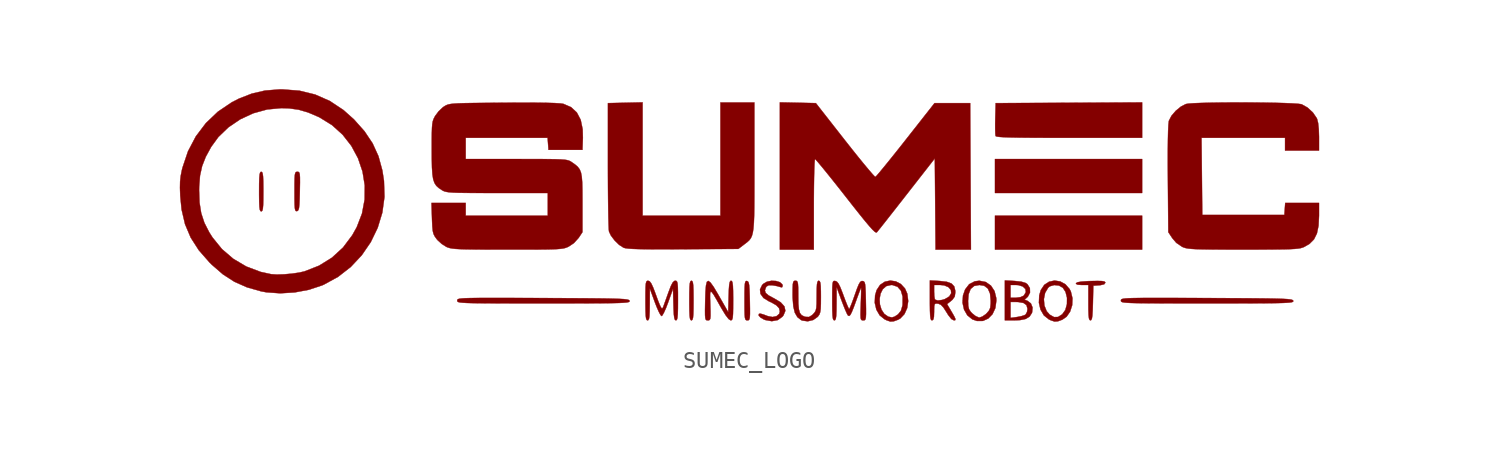
<source format=kicad_sym>
(kicad_symbol_lib
  (version 20241209)
  (generator "kicad_symbol_editor")
  (generator_version "9.0")
  (symbol "SUMEC_LOGO"
    (pin_names
      (offset 1.016))
    (property "Reference" "#G"
      (at 0 10.626 0)
      (effects (font (size 1.27 1.27)) (hide yes)))
    (symbol "SUMEC_LOGO_0_0"
      (polyline (pts (xy -27.793 0.511) (xy -27.747 0.554) (xy -27.717 0.67) (xy -27.698 0.882) (xy -27.689 1.215) (xy -27.686 1.693) (xy -27.686 1.881) (xy -27.691 2.305) (xy -27.703 2.592) (xy -27.726 2.768) (xy -27.762 2.855) (xy -27.813 2.879) (xy -27.833 2.876) (xy -27.878 2.833) (xy -27.909 2.717) (xy -27.928 2.504) (xy -27.938 2.171) (xy -27.94 1.693) (xy -27.94 1.506) (xy -27.935 1.082) (xy -27.923 0.794) (xy -27.9 0.619) (xy -27.864 0.532) (xy -27.813 0.508) (xy -27.793 0.511)) (stroke (width 0.01) (type default)) (fill (type outline)))
      (polyline (pts (xy -25.81 -4.339) (xy -24.959 -4.18) (xy -24.177 -3.921) (xy -24.069 -3.874) (xy -23.215 -3.407) (xy -22.455 -2.815) (xy -21.799 -2.116) (xy -21.259 -1.33) (xy -20.845 -0.473) (xy -20.568 0.435) (xy -20.439 1.377) (xy -20.469 2.335) (xy -20.566 2.96) (xy -20.798 3.808) (xy -21.148 4.577) (xy -21.632 5.301) (xy -22.267 6.014) (xy -22.892 6.571) (xy -23.71 7.114) (xy -24.587 7.5) (xy -25.529 7.73) (xy -26.543 7.808) (xy -26.738 7.806) (xy -27.589 7.737) (xy -28.373 7.556) (xy -29.152 7.252) (xy -29.575 7.035) (xy -30.405 6.474) (xy -31.124 5.79) (xy -31.724 4.997) (xy -32.193 4.106) (xy -32.523 3.127) (xy -32.562 2.971) (xy -32.63 2.628) (xy -32.666 2.3) (xy -32.674 1.924) (xy -32.669 1.778) (xy -31.531 1.778) (xy -31.527 1.999) (xy -31.475 2.65) (xy -31.349 3.22) (xy -31.133 3.772) (xy -30.808 4.368) (xy -30.379 4.957) (xy -29.774 5.539) (xy -29.068 6.018) (xy -28.287 6.379) (xy -27.459 6.607) (xy -26.611 6.687) (xy -26.15 6.673) (xy -25.575 6.593) (xy -25.011 6.429) (xy -24.393 6.165) (xy -24.32 6.129) (xy -23.577 5.67) (xy -22.942 5.096) (xy -22.421 4.429) (xy -22.022 3.688) (xy -21.752 2.892) (xy -21.618 2.063) (xy -21.626 1.218) (xy -21.783 0.38) (xy -22.097 -0.434) (xy -22.365 -0.915) (xy -22.919 -1.653) (xy -23.583 -2.261) (xy -24.351 -2.738) (xy -25.222 -3.08) (xy -25.538 -3.152) (xy -25.979 -3.216) (xy -26.449 -3.257) (xy -26.885 -3.27) (xy -27.22 -3.248) (xy -27.848 -3.112) (xy -28.702 -2.791) (xy -29.48 -2.332) (xy -30.162 -1.748) (xy -30.727 -1.053) (xy -30.921 -0.748) (xy -31.214 -0.176) (xy -31.404 0.402) (xy -31.505 1.036) (xy -31.531 1.778) (xy -32.669 1.778) (xy -32.658 1.442) (xy -32.578 0.622) (xy -32.371 -0.259) (xy -32.031 -1.062) (xy -31.547 -1.816) (xy -30.905 -2.549) (xy -30.769 -2.683) (xy -30.099 -3.263) (xy -29.412 -3.705) (xy -28.664 -4.035) (xy -27.813 -4.276) (xy -27.494 -4.334) (xy -26.673 -4.392) (xy -25.81 -4.339)) (stroke (width 0.01) (type default)) (fill (type outline)))
      (polyline (pts (xy -25.636 0.538) (xy -25.587 0.593) (xy -25.553 0.712) (xy -25.53 0.921) (xy -25.515 1.247) (xy -25.503 1.716) (xy -25.502 1.809) (xy -25.494 2.246) (xy -25.496 2.544) (xy -25.509 2.73) (xy -25.537 2.83) (xy -25.583 2.871) (xy -25.652 2.879) (xy -25.668 2.878) (xy -25.731 2.865) (xy -25.774 2.812) (xy -25.801 2.694) (xy -25.816 2.484) (xy -25.822 2.158) (xy -25.823 1.687) (xy -25.822 1.248) (xy -25.816 0.91) (xy -25.801 0.694) (xy -25.775 0.574) (xy -25.734 0.526) (xy -25.675 0.524) (xy -25.636 0.538)) (stroke (width 0.01) (type default)) (fill (type outline)))
      (polyline (pts (xy -11.942 -1.776) (xy -11.318 -1.774) (xy -10.82 -1.77) (xy -10.432 -1.762) (xy -10.136 -1.75) (xy -9.914 -1.733) (xy -9.748 -1.71) (xy -9.623 -1.681) (xy -9.519 -1.644) (xy -9.419 -1.598) (xy -9.105 -1.389) (xy -8.821 -1.075) (xy -8.594 -0.732) (xy -8.594 1.024) (xy -8.594 1.181) (xy -8.597 1.779) (xy -8.608 2.238) (xy -8.635 2.582) (xy -8.684 2.837) (xy -8.762 3.026) (xy -8.874 3.175) (xy -9.027 3.308) (xy -9.228 3.45) (xy -9.25 3.465) (xy -9.326 3.512) (xy -9.411 3.55) (xy -9.522 3.58) (xy -9.678 3.602) (xy -9.896 3.618) (xy -10.194 3.629) (xy -10.589 3.636) (xy -11.101 3.639) (xy -11.746 3.64) (xy -12.543 3.641) (xy -15.579 3.641) (xy -15.579 4.276) (xy -15.579 4.911) (xy -13.128 4.911) (xy -10.678 4.911) (xy -10.652 4.551) (xy -10.626 4.191) (xy -9.61 4.191) (xy -8.594 4.191) (xy -8.569 4.91) (xy -8.582 5.422) (xy -8.699 5.985) (xy -8.93 6.425) (xy -9.275 6.744) (xy -9.737 6.943) (xy -9.912 6.968) (xy -10.264 6.99) (xy -10.781 7.005) (xy -11.464 7.013) (xy -12.309 7.015) (xy -13.316 7.01) (xy -13.883 7.005) (xy -14.605 6.999) (xy -15.187 6.992) (xy -15.645 6.984) (xy -15.998 6.973) (xy -16.263 6.958) (xy -16.457 6.938) (xy -16.597 6.912) (xy -16.701 6.879) (xy -16.787 6.838) (xy -16.871 6.787) (xy -16.952 6.73) (xy -17.199 6.496) (xy -17.4 6.229) (xy -17.439 6.161) (xy -17.501 6.038) (xy -17.546 5.907) (xy -17.577 5.74) (xy -17.596 5.511) (xy -17.606 5.193) (xy -17.61 4.76) (xy -17.61 4.184) (xy -17.608 3.671) (xy -17.598 3.14) (xy -17.571 2.735) (xy -17.524 2.433) (xy -17.448 2.211) (xy -17.34 2.043) (xy -17.192 1.907) (xy -16.998 1.778) (xy -16.935 1.742) (xy -16.847 1.704) (xy -16.732 1.675) (xy -16.574 1.652) (xy -16.353 1.635) (xy -16.053 1.623) (xy -15.655 1.616) (xy -15.141 1.611) (xy -14.494 1.609) (xy -13.695 1.609) (xy -10.668 1.609) (xy -10.668 0.931) (xy -10.668 0.254) (xy -13.123 0.254) (xy -15.579 0.254) (xy -15.579 0.635) (xy -15.579 1.016) (xy -16.602 1.016) (xy -17.626 1.016) (xy -17.597 0.099) (xy -17.593 -0.022) (xy -17.576 -0.397) (xy -17.55 -0.655) (xy -17.506 -0.837) (xy -17.433 -0.984) (xy -17.324 -1.138) (xy -17.267 -1.207) (xy -17.008 -1.443) (xy -16.732 -1.616) (xy -16.646 -1.651) (xy -16.534 -1.685) (xy -16.392 -1.712) (xy -16.202 -1.734) (xy -15.947 -1.749) (xy -15.609 -1.761) (xy -15.172 -1.768) (xy -14.617 -1.773) (xy -13.928 -1.775) (xy -13.087 -1.776) (xy -12.711 -1.776) (xy -11.942 -1.776)) (stroke (width 0.01) (type default)) (fill (type outline)))
      (polyline (pts (xy -10.1 -4.995) (xy -9.154 -4.995) (xy -8.355 -4.993) (xy -7.692 -4.99) (xy -7.152 -4.986) (xy -6.723 -4.979) (xy -6.391 -4.97) (xy -6.146 -4.958) (xy -5.974 -4.944) (xy -5.863 -4.926) (xy -5.801 -4.904) (xy -5.775 -4.878) (xy -5.774 -4.847) (xy -5.78 -4.828) (xy -5.807 -4.8) (xy -5.866 -4.776) (xy -5.969 -4.756) (xy -6.129 -4.739) (xy -6.357 -4.726) (xy -6.667 -4.715) (xy -7.072 -4.705) (xy -7.583 -4.698) (xy -8.213 -4.692) (xy -8.975 -4.687) (xy -9.881 -4.682) (xy -10.944 -4.677) (xy -11.373 -4.675) (xy -12.372 -4.671) (xy -13.218 -4.669) (xy -13.925 -4.668) (xy -14.505 -4.668) (xy -14.971 -4.672) (xy -15.335 -4.678) (xy -15.61 -4.686) (xy -15.807 -4.699) (xy -15.941 -4.715) (xy -16.024 -4.736) (xy -16.067 -4.761) (xy -16.084 -4.79) (xy -16.087 -4.825) (xy -16.086 -4.84) (xy -16.079 -4.873) (xy -16.053 -4.901) (xy -15.995 -4.924) (xy -15.892 -4.943) (xy -15.733 -4.958) (xy -15.505 -4.971) (xy -15.195 -4.98) (xy -14.79 -4.986) (xy -14.279 -4.99) (xy -13.648 -4.993) (xy -12.886 -4.995) (xy -11.979 -4.995) (xy -10.916 -4.995) (xy -10.1 -4.995)) (stroke (width 0.01) (type default)) (fill (type outline)))
      (polyline (pts (xy -3.459 -1.759) (xy -2.576 -1.755) (xy 0.733 -1.736) (xy 1.051 -1.493) (xy 1.158 -1.413) (xy 1.286 -1.312) (xy 1.392 -1.213) (xy 1.478 -1.098) (xy 1.546 -0.953) (xy 1.598 -0.762) (xy 1.636 -0.51) (xy 1.662 -0.181) (xy 1.679 0.24) (xy 1.688 0.768) (xy 1.692 1.42) (xy 1.693 2.21) (xy 1.693 3.154) (xy 1.693 7.027) (xy 0.677 7.027) (xy -0.339 7.027) (xy -0.339 3.641) (xy -0.339 0.254) (xy -2.667 0.254) (xy -4.995 0.254) (xy -4.995 3.643) (xy -4.995 7.032) (xy -6.032 7.009) (xy -7.07 6.985) (xy -7.07 3.26) (xy -7.069 2.741) (xy -7.066 1.983) (xy -7.06 1.283) (xy -7.052 0.659) (xy -7.043 0.131) (xy -7.031 -0.283) (xy -7.019 -0.566) (xy -7.005 -0.697) (xy -6.892 -0.936) (xy -6.672 -1.228) (xy -6.404 -1.49) (xy -6.14 -1.661) (xy -6.133 -1.665) (xy -6.024 -1.694) (xy -5.849 -1.717) (xy -5.593 -1.735) (xy -5.24 -1.748) (xy -4.777 -1.756) (xy -4.188 -1.759) (xy -3.459 -1.759)) (stroke (width 0.01) (type default)) (fill (type outline)))
      (polyline (pts (xy -2.987 -6.01) (xy -2.942 -5.968) (xy -2.91 -5.853) (xy -2.891 -5.64) (xy -2.881 -5.306) (xy -2.879 -4.826) (xy -2.879 -4.803) (xy -2.88 -4.34) (xy -2.887 -4.019) (xy -2.903 -3.815) (xy -2.932 -3.701) (xy -2.976 -3.651) (xy -3.039 -3.641) (xy -3.099 -3.654) (xy -3.196 -3.748) (xy -3.303 -3.954) (xy -3.435 -4.297) (xy -3.461 -4.369) (xy -3.58 -4.702) (xy -3.682 -4.985) (xy -3.746 -5.165) (xy -3.788 -5.264) (xy -3.834 -5.3) (xy -3.89 -5.246) (xy -3.969 -5.086) (xy -4.082 -4.801) (xy -4.238 -4.373) (xy -4.363 -4.045) (xy -4.476 -3.803) (xy -4.571 -3.677) (xy -4.665 -3.641) (xy -4.668 -3.641) (xy -4.731 -3.653) (xy -4.775 -3.704) (xy -4.803 -3.821) (xy -4.818 -4.03) (xy -4.825 -4.356) (xy -4.826 -4.826) (xy -4.826 -5.014) (xy -4.821 -5.438) (xy -4.809 -5.725) (xy -4.786 -5.9) (xy -4.75 -5.988) (xy -4.699 -6.011) (xy -4.657 -5.999) (xy -4.614 -5.925) (xy -4.587 -5.761) (xy -4.573 -5.481) (xy -4.567 -5.059) (xy -4.562 -4.106) (xy -4.261 -4.932) (xy -4.163 -5.186) (xy -4.035 -5.481) (xy -3.928 -5.683) (xy -3.859 -5.757) (xy -3.815 -5.719) (xy -3.719 -5.551) (xy -3.597 -5.279) (xy -3.467 -4.938) (xy -3.175 -4.119) (xy -3.151 -5.065) (xy -3.144 -5.315) (xy -3.126 -5.658) (xy -3.099 -5.872) (xy -3.059 -5.981) (xy -3.003 -6.011) (xy -2.987 -6.01)) (stroke (width 0.01) (type default)) (fill (type outline)))
      (polyline (pts (xy -2.054 -6.009) (xy -2.009 -5.965) (xy -1.978 -5.849) (xy -1.959 -5.637) (xy -1.95 -5.304) (xy -1.947 -4.826) (xy -1.948 -4.638) (xy -1.952 -4.214) (xy -1.965 -3.927) (xy -1.987 -3.752) (xy -2.023 -3.664) (xy -2.074 -3.641) (xy -2.095 -3.643) (xy -2.14 -3.687) (xy -2.171 -3.803) (xy -2.189 -4.015) (xy -2.199 -4.348) (xy -2.201 -4.826) (xy -2.201 -5.014) (xy -2.196 -5.438) (xy -2.184 -5.725) (xy -2.161 -5.9) (xy -2.126 -5.988) (xy -2.074 -6.011) (xy -2.054 -6.009)) (stroke (width 0.01) (type default)) (fill (type outline)))
      (polyline (pts (xy -1.043 -6.009) (xy -0.982 -5.985) (xy -0.946 -5.909) (xy -0.931 -5.752) (xy -0.932 -5.484) (xy -0.945 -5.077) (xy -0.947 -5.023) (xy -0.958 -4.649) (xy -0.956 -4.406) (xy -0.927 -4.294) (xy -0.86 -4.318) (xy -0.743 -4.48) (xy -0.565 -4.782) (xy -0.314 -5.228) (xy -0.273 -5.299) (xy -0.032 -5.695) (xy 0.151 -5.932) (xy 0.275 -6.011) (xy 0.326 -6.002) (xy 0.369 -5.952) (xy 0.398 -5.835) (xy 0.414 -5.625) (xy 0.421 -5.297) (xy 0.423 -4.826) (xy 0.423 -4.677) (xy 0.419 -4.24) (xy 0.407 -3.942) (xy 0.384 -3.759) (xy 0.349 -3.666) (xy 0.299 -3.641) (xy 0.267 -3.648) (xy 0.22 -3.717) (xy 0.187 -3.878) (xy 0.166 -4.157) (xy 0.151 -4.579) (xy 0.127 -5.518) (xy -0.411 -4.575) (xy -0.505 -4.411) (xy -0.748 -4.005) (xy -0.93 -3.751) (xy -1.061 -3.65) (xy -1.149 -3.707) (xy -1.203 -3.923) (xy -1.234 -4.303) (xy -1.251 -4.848) (xy -1.254 -4.997) (xy -1.261 -5.417) (xy -1.259 -5.701) (xy -1.245 -5.876) (xy -1.215 -5.969) (xy -1.166 -6.005) (xy -1.094 -6.011) (xy -1.043 -6.009)) (stroke (width 0.01) (type default)) (fill (type outline)))
      (polyline (pts (xy 1.286 -6.011) (xy 1.35 -6) (xy 1.393 -5.95) (xy 1.419 -5.836) (xy 1.429 -5.633) (xy 1.429 -5.312) (xy 1.421 -4.848) (xy 1.413 -4.538) (xy 1.4 -4.161) (xy 1.381 -3.911) (xy 1.351 -3.761) (xy 1.309 -3.685) (xy 1.249 -3.657) (xy 1.194 -3.657) (xy 1.152 -3.701) (xy 1.125 -3.814) (xy 1.109 -4.021) (xy 1.102 -4.348) (xy 1.101 -4.82) (xy 1.101 -4.934) (xy 1.103 -5.371) (xy 1.11 -5.671) (xy 1.127 -5.859) (xy 1.157 -5.961) (xy 1.205 -6.003) (xy 1.272 -6.011) (xy 1.286 -6.011)) (stroke (width 0.01) (type default)) (fill (type outline)))
      (polyline (pts (xy 3.089 -5.995) (xy 3.365 -5.798) (xy 3.433 -5.713) (xy 3.546 -5.439) (xy 3.49 -5.178) (xy 3.267 -4.931) (xy 2.874 -4.697) (xy 2.857 -4.689) (xy 2.542 -4.519) (xy 2.369 -4.372) (xy 2.321 -4.224) (xy 2.378 -4.05) (xy 2.424 -3.981) (xy 2.553 -3.91) (xy 2.78 -3.915) (xy 2.806 -3.918) (xy 3.055 -3.963) (xy 3.239 -4.017) (xy 3.344 -4.039) (xy 3.387 -3.949) (xy 3.362 -3.855) (xy 3.219 -3.727) (xy 2.986 -3.655) (xy 2.712 -3.644) (xy 2.444 -3.699) (xy 2.228 -3.825) (xy 2.155 -3.902) (xy 2.028 -4.164) (xy 2.058 -4.428) (xy 2.236 -4.671) (xy 2.556 -4.869) (xy 2.721 -4.944) (xy 3.012 -5.114) (xy 3.17 -5.284) (xy 3.217 -5.476) (xy 3.179 -5.621) (xy 3.019 -5.76) (xy 2.777 -5.812) (xy 2.498 -5.758) (xy 2.224 -5.655) (xy 2.049 -5.608) (xy 1.968 -5.622) (xy 1.947 -5.696) (xy 1.955 -5.727) (xy 2.065 -5.846) (xy 2.265 -5.96) (xy 2.346 -5.991) (xy 2.736 -6.061) (xy 3.089 -5.995)) (stroke (width 0.01) (type default)) (fill (type outline)))
      (polyline (pts (xy 5.216 -5.988) (xy 5.482 -5.798) (xy 5.506 -5.769) (xy 5.582 -5.659) (xy 5.63 -5.524) (xy 5.658 -5.328) (xy 5.67 -5.035) (xy 5.673 -4.61) (xy 5.671 -4.269) (xy 5.661 -3.955) (xy 5.639 -3.763) (xy 5.601 -3.667) (xy 5.546 -3.641) (xy 5.512 -3.648) (xy 5.465 -3.711) (xy 5.437 -3.861) (xy 5.423 -4.127) (xy 5.419 -4.534) (xy 5.418 -4.657) (xy 5.414 -5.02) (xy 5.398 -5.262) (xy 5.362 -5.421) (xy 5.299 -5.535) (xy 5.203 -5.642) (xy 5.143 -5.699) (xy 4.958 -5.81) (xy 4.758 -5.803) (xy 4.673 -5.779) (xy 4.518 -5.702) (xy 4.416 -5.569) (xy 4.355 -5.353) (xy 4.325 -5.024) (xy 4.318 -4.556) (xy 4.318 -4.405) (xy 4.314 -4.051) (xy 4.3 -3.827) (xy 4.272 -3.704) (xy 4.223 -3.652) (xy 4.149 -3.641) (xy 4.146 -3.641) (xy 4.069 -3.653) (xy 4.02 -3.711) (xy 3.993 -3.845) (xy 3.982 -4.087) (xy 3.979 -4.466) (xy 3.982 -4.66) (xy 4.021 -5.175) (xy 4.113 -5.554) (xy 4.266 -5.819) (xy 4.487 -5.992) (xy 4.558 -6.023) (xy 4.885 -6.068) (xy 5.216 -5.988)) (stroke (width 0.01) (type default)) (fill (type outline)))
      (polyline (pts (xy 5.249 0.931) (xy 5.25 1.314) (xy 5.255 1.942) (xy 5.263 2.5) (xy 5.274 2.969) (xy 5.288 3.329) (xy 5.304 3.559) (xy 5.321 3.641) (xy 5.362 3.605) (xy 5.497 3.452) (xy 5.715 3.192) (xy 6.002 2.84) (xy 6.346 2.413) (xy 6.734 1.924) (xy 7.154 1.391) (xy 7.592 0.832) (xy 8 0.318) (xy 8.324 -0.082) (xy 8.574 -0.378) (xy 8.758 -0.582) (xy 8.887 -0.704) (xy 8.97 -0.755) (xy 9.017 -0.747) (xy 9.047 -0.71) (xy 9.176 -0.55) (xy 9.388 -0.283) (xy 9.67 0.075) (xy 10.009 0.506) (xy 10.391 0.994) (xy 10.804 1.522) (xy 12.488 3.678) (xy 12.511 0.95) (xy 12.533 -1.778) (xy 13.591 -1.778) (xy 14.649 -1.778) (xy 14.627 2.603) (xy 14.605 6.985) (xy 13.538 6.985) (xy 12.471 6.985) (xy 10.744 4.789) (xy 10.468 4.439) (xy 10.07 3.939) (xy 9.712 3.493) (xy 9.406 3.118) (xy 9.165 2.828) (xy 9.003 2.64) (xy 8.932 2.571) (xy 8.893 2.598) (xy 8.758 2.741) (xy 8.542 2.992) (xy 8.255 3.335) (xy 7.913 3.755) (xy 7.527 4.237) (xy 7.109 4.766) (xy 5.371 6.985) (xy 4.294 7.009) (xy 3.217 7.032) (xy 3.217 2.627) (xy 3.217 -1.778) (xy 4.233 -1.778) (xy 5.249 -1.778) (xy 5.249 0.931)) (stroke (width 0.01) (type default)) (fill (type outline)))
      (polyline (pts (xy 8.229 -6.011) (xy 8.294 -5.999) (xy 8.337 -5.949) (xy 8.362 -5.835) (xy 8.373 -5.631) (xy 8.372 -5.311) (xy 8.363 -4.847) (xy 8.363 -4.826) (xy 8.352 -4.367) (xy 8.338 -4.05) (xy 8.317 -3.847) (xy 8.285 -3.732) (xy 8.236 -3.678) (xy 8.167 -3.658) (xy 8.101 -3.661) (xy 8.023 -3.716) (xy 7.94 -3.854) (xy 7.838 -4.101) (xy 7.702 -4.484) (xy 7.604 -4.76) (xy 7.492 -5.057) (xy 7.407 -5.259) (xy 7.363 -5.334) (xy 7.334 -5.293) (xy 7.256 -5.123) (xy 7.146 -4.85) (xy 7.018 -4.508) (xy 6.965 -4.364) (xy 6.831 -4.025) (xy 6.725 -3.812) (xy 6.631 -3.698) (xy 6.535 -3.656) (xy 6.502 -3.652) (xy 6.438 -3.656) (xy 6.396 -3.703) (xy 6.37 -3.817) (xy 6.356 -4.025) (xy 6.351 -4.351) (xy 6.35 -4.82) (xy 6.35 -5.016) (xy 6.355 -5.439) (xy 6.367 -5.726) (xy 6.39 -5.901) (xy 6.426 -5.988) (xy 6.477 -6.011) (xy 6.524 -5.994) (xy 6.564 -5.912) (xy 6.59 -5.74) (xy 6.603 -5.45) (xy 6.608 -5.016) (xy 6.613 -4.022) (xy 6.908 -4.825) (xy 6.995 -5.054) (xy 7.121 -5.369) (xy 7.225 -5.602) (xy 7.288 -5.714) (xy 7.312 -5.734) (xy 7.372 -5.746) (xy 7.438 -5.68) (xy 7.522 -5.516) (xy 7.636 -5.232) (xy 7.791 -4.808) (xy 7.857 -4.625) (xy 7.964 -4.337) (xy 8.042 -4.138) (xy 8.077 -4.064) (xy 8.082 -4.134) (xy 8.08 -4.342) (xy 8.072 -4.654) (xy 8.059 -5.038) (xy 8.047 -5.363) (xy 8.041 -5.673) (xy 8.049 -5.864) (xy 8.076 -5.965) (xy 8.127 -6.005) (xy 8.204 -6.011) (xy 8.229 -6.011)) (stroke (width 0.01) (type default)) (fill (type outline)))
      (polyline (pts (xy 10.024 -6.07) (xy 10.284 -5.976) (xy 10.423 -5.899) (xy 10.672 -5.636) (xy 10.834 -5.276) (xy 10.896 -4.858) (xy 10.843 -4.422) (xy 10.706 -4.108) (xy 10.46 -3.84) (xy 10.154 -3.679) (xy 9.822 -3.631) (xy 9.497 -3.699) (xy 9.215 -3.887) (xy 9.008 -4.199) (xy 8.914 -4.519) (xy 8.905 -4.731) (xy 9.184 -4.731) (xy 9.24 -4.416) (xy 9.372 -4.149) (xy 9.582 -3.964) (xy 9.87 -3.895) (xy 9.951 -3.898) (xy 10.254 -4) (xy 10.46 -4.233) (xy 10.563 -4.59) (xy 10.56 -5.061) (xy 10.551 -5.131) (xy 10.463 -5.433) (xy 10.291 -5.649) (xy 10.274 -5.662) (xy 10.081 -5.788) (xy 9.922 -5.836) (xy 9.702 -5.79) (xy 9.463 -5.623) (xy 9.296 -5.368) (xy 9.203 -5.059) (xy 9.184 -4.731) (xy 8.905 -4.731) (xy 8.895 -4.959) (xy 8.991 -5.37) (xy 9.19 -5.713) (xy 9.483 -5.948) (xy 9.609 -6.008) (xy 9.827 -6.082) (xy 10.024 -6.07)) (stroke (width 0.01) (type default)) (fill (type outline)))
      (polyline (pts (xy 13.637 -6.011) (xy 13.713 -5.996) (xy 13.722 -5.93) (xy 13.656 -5.783) (xy 13.508 -5.524) (xy 13.22 -5.038) (xy 13.468 -4.841) (xy 13.542 -4.778) (xy 13.68 -4.586) (xy 13.716 -4.325) (xy 13.713 -4.242) (xy 13.651 -3.983) (xy 13.489 -3.809) (xy 13.205 -3.705) (xy 12.778 -3.655) (xy 12.192 -3.622) (xy 12.192 -3.895) (xy 12.446 -3.895) (xy 12.821 -3.895) (xy 13.047 -3.917) (xy 13.305 -4.025) (xy 13.449 -4.193) (xy 13.469 -4.388) (xy 13.354 -4.58) (xy 13.095 -4.736) (xy 12.924 -4.79) (xy 12.664 -4.823) (xy 12.502 -4.77) (xy 12.484 -4.729) (xy 12.457 -4.555) (xy 12.446 -4.304) (xy 12.446 -3.895) (xy 12.192 -3.895) (xy 12.192 -4.816) (xy 12.192 -5.017) (xy 12.197 -5.44) (xy 12.21 -5.726) (xy 12.232 -5.901) (xy 12.268 -5.988) (xy 12.319 -6.011) (xy 12.336 -6.01) (xy 12.402 -5.955) (xy 12.436 -5.795) (xy 12.446 -5.498) (xy 12.446 -5.423) (xy 12.452 -5.172) (xy 12.48 -5.045) (xy 12.548 -5.004) (xy 12.674 -5.011) (xy 12.699 -5.014) (xy 12.851 -5.08) (xy 13.003 -5.239) (xy 13.186 -5.524) (xy 13.289 -5.691) (xy 13.48 -5.932) (xy 13.633 -6.011) (xy 13.637 -6.011)) (stroke (width 0.01) (type default)) (fill (type outline)))
      (polyline (pts (xy 15.367 -6.045) (xy 15.685 -5.903) (xy 15.94 -5.641) (xy 16.11 -5.275) (xy 16.171 -4.825) (xy 16.165 -4.681) (xy 16.061 -4.261) (xy 15.845 -3.932) (xy 15.536 -3.717) (xy 15.155 -3.641) (xy 14.879 -3.675) (xy 14.545 -3.847) (xy 14.302 -4.162) (xy 14.174 -4.524) (xy 14.153 -4.844) (xy 14.478 -4.844) (xy 14.511 -4.445) (xy 14.631 -4.133) (xy 14.843 -3.953) (xy 15.155 -3.895) (xy 15.44 -3.941) (xy 15.662 -4.109) (xy 15.791 -4.406) (xy 15.833 -4.844) (xy 15.83 -5.025) (xy 15.803 -5.262) (xy 15.728 -5.43) (xy 15.585 -5.595) (xy 15.535 -5.642) (xy 15.329 -5.785) (xy 15.155 -5.842) (xy 15.116 -5.838) (xy 14.926 -5.753) (xy 14.726 -5.595) (xy 14.637 -5.501) (xy 14.535 -5.343) (xy 14.489 -5.145) (xy 14.478 -4.844) (xy 14.153 -4.844) (xy 14.146 -4.957) (xy 14.236 -5.365) (xy 14.434 -5.71) (xy 14.732 -5.951) (xy 15.01 -6.048) (xy 15.367 -6.045)) (stroke (width 0.01) (type default)) (fill (type outline)))
      (polyline (pts (xy 17.59 -5.996) (xy 17.928 -5.926) (xy 18.154 -5.789) (xy 18.294 -5.573) (xy 18.309 -5.535) (xy 18.337 -5.248) (xy 18.238 -4.999) (xy 18.03 -4.841) (xy 17.855 -4.776) (xy 18.029 -4.619) (xy 18.057 -4.591) (xy 18.184 -4.349) (xy 18.174 -4.08) (xy 18.028 -3.847) (xy 17.909 -3.769) (xy 17.654 -3.695) (xy 17.266 -3.655) (xy 16.679 -3.622) (xy 16.679 -4.657) (xy 17.018 -4.657) (xy 17.018 -4.276) (xy 17.018 -3.895) (xy 17.351 -3.895) (xy 17.48 -3.902) (xy 17.747 -3.983) (xy 17.906 -4.132) (xy 17.936 -4.321) (xy 17.816 -4.524) (xy 17.803 -4.536) (xy 17.613 -4.622) (xy 17.351 -4.657) (xy 17.018 -4.657) (xy 16.679 -4.657) (xy 16.679 -4.816) (xy 16.679 -5.865) (xy 17.018 -5.865) (xy 17.018 -5.388) (xy 17.018 -4.911) (xy 17.362 -4.911) (xy 17.473 -4.913) (xy 17.793 -4.969) (xy 17.976 -5.104) (xy 18.034 -5.327) (xy 18.004 -5.512) (xy 17.92 -5.662) (xy 17.872 -5.691) (xy 17.673 -5.759) (xy 17.412 -5.811) (xy 17.018 -5.865) (xy 16.679 -5.865) (xy 16.679 -6.011) (xy 17.226 -6.011) (xy 17.59 -5.996)) (stroke (width 0.01) (type default)) (fill (type outline)))
      (polyline (pts (xy 19.851 -6.068) (xy 20.114 -5.972) (xy 20.372 -5.794) (xy 20.584 -5.486) (xy 20.706 -5.104) (xy 20.724 -4.69) (xy 20.627 -4.287) (xy 20.552 -4.139) (xy 20.303 -3.853) (xy 19.992 -3.683) (xy 19.654 -3.631) (xy 19.324 -3.699) (xy 19.037 -3.888) (xy 18.829 -4.199) (xy 18.735 -4.519) (xy 18.726 -4.743) (xy 19.012 -4.743) (xy 19.086 -4.368) (xy 19.271 -4.054) (xy 19.374 -3.973) (xy 19.633 -3.899) (xy 19.916 -3.929) (xy 20.148 -4.062) (xy 20.309 -4.308) (xy 20.398 -4.66) (xy 20.394 -5.039) (xy 20.298 -5.387) (xy 20.112 -5.649) (xy 19.86 -5.809) (xy 19.622 -5.816) (xy 19.36 -5.668) (xy 19.182 -5.467) (xy 19.045 -5.127) (xy 19.012 -4.743) (xy 18.726 -4.743) (xy 18.716 -4.959) (xy 18.812 -5.37) (xy 19.012 -5.713) (xy 19.304 -5.948) (xy 19.441 -6.013) (xy 19.654 -6.082) (xy 19.851 -6.068)) (stroke (width 0.01) (type default)) (fill (type outline)))
      (polyline (pts (xy 21.844 -5.993) (xy 21.886 -5.905) (xy 21.914 -5.723) (xy 21.933 -5.421) (xy 21.947 -4.974) (xy 21.971 -3.937) (xy 22.331 -3.911) (xy 22.406 -3.904) (xy 22.622 -3.853) (xy 22.691 -3.76) (xy 22.685 -3.729) (xy 22.627 -3.683) (xy 22.484 -3.659) (xy 22.227 -3.652) (xy 21.83 -3.659) (xy 21.645 -3.665) (xy 21.257 -3.692) (xy 21.024 -3.732) (xy 20.934 -3.789) (xy 20.934 -3.826) (xy 21.035 -3.878) (xy 21.287 -3.895) (xy 21.675 -3.895) (xy 21.675 -4.953) (xy 21.677 -5.383) (xy 21.688 -5.696) (xy 21.71 -5.888) (xy 21.746 -5.985) (xy 21.799 -6.011) (xy 21.844 -5.993)) (stroke (width 0.01) (type default)) (fill (type outline)))
      (polyline (pts (xy 24.892 5.97) (xy 24.892 7.029) (xy 20.511 7.007) (xy 16.129 6.985) (xy 16.105 6.059) (xy 16.099 5.749) (xy 16.1 5.404) (xy 16.108 5.148) (xy 16.123 5.022) (xy 16.146 5.002) (xy 16.231 4.98) (xy 16.387 4.961) (xy 16.629 4.946) (xy 16.966 4.934) (xy 17.413 4.925) (xy 17.98 4.918) (xy 18.681 4.914) (xy 19.526 4.911) (xy 20.529 4.911) (xy 24.892 4.911) (xy 24.892 5.97)) (stroke (width 0.01) (type default)) (fill (type outline)))
      (polyline (pts (xy 24.892 2.625) (xy 24.892 3.641) (xy 20.489 3.641) (xy 16.087 3.641) (xy 16.087 2.625) (xy 16.087 1.609) (xy 20.489 1.609) (xy 24.892 1.609) (xy 24.892 2.625)) (stroke (width 0.01) (type default)) (fill (type outline)))
      (polyline (pts (xy 24.892 -0.762) (xy 24.892 0.254) (xy 20.489 0.254) (xy 16.087 0.254) (xy 16.087 -0.762) (xy 16.087 -1.778) (xy 20.489 -1.778) (xy 24.892 -1.778) (xy 24.892 -0.762)) (stroke (width 0.01) (type default)) (fill (type outline)))
      (polyline (pts (xy 29.608 -4.995) (xy 30.555 -4.995) (xy 31.353 -4.993) (xy 32.016 -4.99) (xy 32.556 -4.986) (xy 32.986 -4.979) (xy 33.318 -4.97) (xy 33.563 -4.958) (xy 33.735 -4.944) (xy 33.846 -4.926) (xy 33.908 -4.904) (xy 33.934 -4.878) (xy 33.935 -4.847) (xy 33.929 -4.828) (xy 33.901 -4.8) (xy 33.842 -4.776) (xy 33.739 -4.756) (xy 33.58 -4.739) (xy 33.352 -4.726) (xy 33.041 -4.715) (xy 32.637 -4.705) (xy 32.126 -4.698) (xy 31.496 -4.692) (xy 30.734 -4.687) (xy 29.827 -4.682) (xy 28.764 -4.677) (xy 28.335 -4.675) (xy 27.337 -4.671) (xy 26.491 -4.669) (xy 25.784 -4.668) (xy 25.204 -4.668) (xy 24.738 -4.672) (xy 24.374 -4.678) (xy 24.099 -4.686) (xy 23.901 -4.699) (xy 23.767 -4.715) (xy 23.685 -4.736) (xy 23.642 -4.761) (xy 23.625 -4.79) (xy 23.622 -4.825) (xy 23.622 -4.84) (xy 23.629 -4.873) (xy 23.656 -4.901) (xy 23.714 -4.924) (xy 23.816 -4.943) (xy 23.975 -4.958) (xy 24.204 -4.971) (xy 24.514 -4.98) (xy 24.919 -4.986) (xy 25.43 -4.99) (xy 26.06 -4.993) (xy 26.823 -4.995) (xy 27.729 -4.995) (xy 28.793 -4.995) (xy 29.608 -4.995)) (stroke (width 0.01) (type default)) (fill (type outline)))
      (polyline (pts (xy 31.645 -1.774) (xy 32.362 -1.772) (xy 32.942 -1.768) (xy 33.401 -1.762) (xy 33.756 -1.751) (xy 34.025 -1.736) (xy 34.225 -1.716) (xy 34.374 -1.691) (xy 34.489 -1.658) (xy 34.586 -1.619) (xy 34.907 -1.433) (xy 35.173 -1.166) (xy 35.349 -0.812) (xy 35.446 -0.348) (xy 35.475 0.251) (xy 35.475 1.016) (xy 34.464 1.016) (xy 33.453 1.016) (xy 33.427 0.656) (xy 33.401 0.296) (xy 30.946 0.296) (xy 28.49 0.296) (xy 28.468 2.603) (xy 28.445 4.911) (xy 30.944 4.911) (xy 33.443 4.911) (xy 33.443 4.53) (xy 33.443 4.149) (xy 34.459 4.149) (xy 35.475 4.149) (xy 35.475 4.956) (xy 35.475 4.979) (xy 35.46 5.43) (xy 35.42 5.797) (xy 35.36 6.038) (xy 35.339 6.086) (xy 35.109 6.423) (xy 34.787 6.72) (xy 34.438 6.915) (xy 34.408 6.923) (xy 34.203 6.949) (xy 33.858 6.971) (xy 33.399 6.99) (xy 32.848 7.005) (xy 32.23 7.016) (xy 31.567 7.023) (xy 30.883 7.026) (xy 30.203 7.025) (xy 29.549 7.02) (xy 28.946 7.011) (xy 28.416 6.997) (xy 27.985 6.98) (xy 27.674 6.958) (xy 27.508 6.931) (xy 27.215 6.781) (xy 26.903 6.526) (xy 26.645 6.224) (xy 26.493 5.928) (xy 26.488 5.904) (xy 26.465 5.694) (xy 26.447 5.326) (xy 26.435 4.808) (xy 26.428 4.15) (xy 26.427 3.361) (xy 26.432 2.449) (xy 26.458 -0.732) (xy 26.697 -1.093) (xy 26.934 -1.371) (xy 27.289 -1.613) (xy 27.385 -1.653) (xy 27.498 -1.687) (xy 27.64 -1.713) (xy 27.831 -1.734) (xy 28.086 -1.75) (xy 28.424 -1.76) (xy 28.861 -1.768) (xy 29.416 -1.772) (xy 30.105 -1.774) (xy 30.946 -1.774) (xy 31.645 -1.774)) (stroke (width 0.01) (type default)) (fill (type outline))))))
</source>
